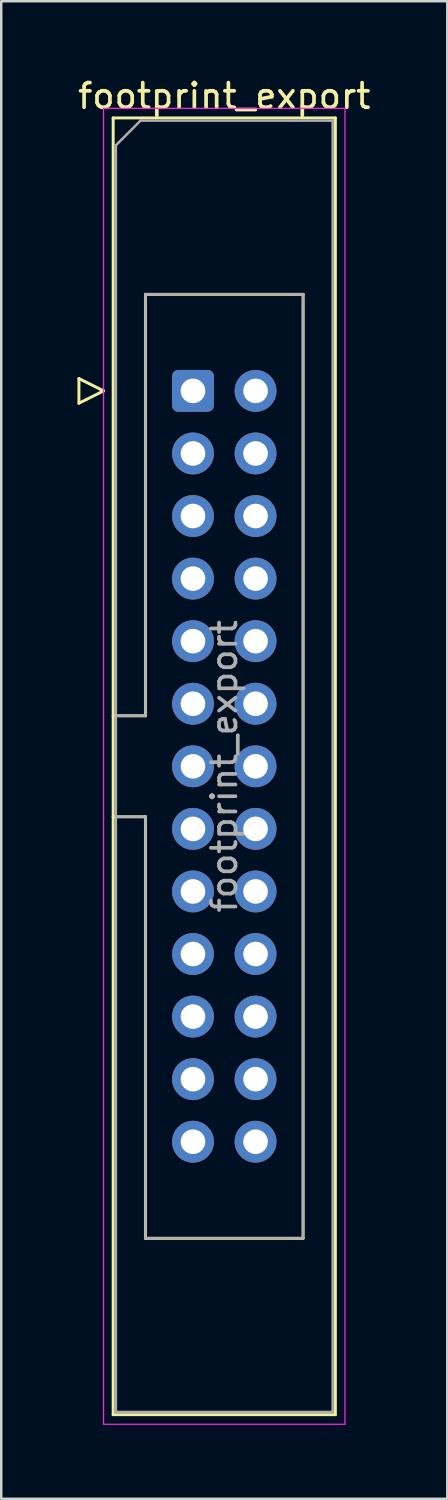
<source format=kicad_pcb>
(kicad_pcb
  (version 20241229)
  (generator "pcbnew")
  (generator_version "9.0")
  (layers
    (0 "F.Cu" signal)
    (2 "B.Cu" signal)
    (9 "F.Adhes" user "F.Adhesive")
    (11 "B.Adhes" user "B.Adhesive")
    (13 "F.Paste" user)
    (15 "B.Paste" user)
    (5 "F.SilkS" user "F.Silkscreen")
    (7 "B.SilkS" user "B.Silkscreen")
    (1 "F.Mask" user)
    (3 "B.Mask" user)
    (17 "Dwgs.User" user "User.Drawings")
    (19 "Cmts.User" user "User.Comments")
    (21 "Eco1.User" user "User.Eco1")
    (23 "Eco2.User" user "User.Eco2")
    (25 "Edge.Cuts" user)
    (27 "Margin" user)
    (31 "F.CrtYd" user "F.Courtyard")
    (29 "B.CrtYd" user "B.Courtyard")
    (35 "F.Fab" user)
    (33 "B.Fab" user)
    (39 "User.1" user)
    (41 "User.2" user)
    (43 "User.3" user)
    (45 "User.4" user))
  (footprint "footprint_export"
    (layer "F.Cu")
    (at 4.784 12.818)
    (property "Reference" "footprint_export" (at 1.27 -11.97 0) (layer "F.SilkS") (effects (font (size 1 1) (thickness 0.15))))
    (attr through_hole)
    (fp_line (start -4.63 -0.5) (end -4.63 0.5) (stroke (width 0.12) (type solid)) (layer "F.SilkS"))
    (fp_line (start -4.63 0.5) (end -3.63 0) (stroke (width 0.12) (type solid)) (layer "F.SilkS"))
    (fp_line (start -3.63 0) (end -4.63 -0.5) (stroke (width 0.12) (type solid)) (layer "F.SilkS"))
    (fp_line (start -3.24 -11.08) (end 5.78 -11.08) (stroke (width 0.12) (type solid)) (layer "F.SilkS"))
    (fp_line (start -3.24 13.19) (end -1.93 13.19) (stroke (width 0.12) (type solid)) (layer "F.SilkS"))
    (fp_line (start -3.24 41.56) (end -3.24 -11.08) (stroke (width 0.12) (type solid)) (layer "F.SilkS"))
    (fp_line (start -1.93 -3.92) (end 4.47 -3.92) (stroke (width 0.12) (type solid)) (layer "F.SilkS"))
    (fp_line (start -1.93 13.19) (end -1.93 -3.92) (stroke (width 0.12) (type solid)) (layer "F.SilkS"))
    (fp_line (start -1.93 17.29) (end -3.24 17.29) (stroke (width 0.12) (type solid)) (layer "F.SilkS"))
    (fp_line (start -1.93 17.29) (end -1.93 17.29) (stroke (width 0.12) (type solid)) (layer "F.SilkS"))
    (fp_line (start -1.93 34.4) (end -1.93 17.29) (stroke (width 0.12) (type solid)) (layer "F.SilkS"))
    (fp_line (start 4.47 -3.92) (end 4.47 34.4) (stroke (width 0.12) (type solid)) (layer "F.SilkS"))
    (fp_line (start 4.47 34.4) (end -1.93 34.4) (stroke (width 0.12) (type solid)) (layer "F.SilkS"))
    (fp_line (start 5.78 -11.08) (end 5.78 41.56) (stroke (width 0.12) (type solid)) (layer "F.SilkS"))
    (fp_line (start 5.78 41.56) (end -3.24 41.56) (stroke (width 0.12) (type solid)) (layer "F.SilkS"))
    (fp_line (start -3.63 -11.47) (end -3.63 41.95) (stroke (width 0.05) (type solid)) (layer "F.CrtYd"))
    (fp_line (start -3.63 41.95) (end 6.17 41.95) (stroke (width 0.05) (type solid)) (layer "F.CrtYd"))
    (fp_line (start 6.17 -11.47) (end -3.63 -11.47) (stroke (width 0.05) (type solid)) (layer "F.CrtYd"))
    (fp_line (start 6.17 41.95) (end 6.17 -11.47) (stroke (width 0.05) (type solid)) (layer "F.CrtYd"))
    (fp_line (start -3.13 -9.97) (end -2.13 -10.97) (stroke (width 0.1) (type solid)) (layer "F.Fab"))
    (fp_line (start -3.13 13.19) (end -1.93 13.19) (stroke (width 0.1) (type solid)) (layer "F.Fab"))
    (fp_line (start -3.13 41.45) (end -3.13 -9.97) (stroke (width 0.1) (type solid)) (layer "F.Fab"))
    (fp_line (start -2.13 -10.97) (end 5.67 -10.97) (stroke (width 0.1) (type solid)) (layer "F.Fab"))
    (fp_line (start -1.93 -3.92) (end 4.47 -3.92) (stroke (width 0.1) (type solid)) (layer "F.Fab"))
    (fp_line (start -1.93 13.19) (end -1.93 -3.92) (stroke (width 0.1) (type solid)) (layer "F.Fab"))
    (fp_line (start -1.93 17.29) (end -3.13 17.29) (stroke (width 0.1) (type solid)) (layer "F.Fab"))
    (fp_line (start -1.93 17.29) (end -1.93 17.29) (stroke (width 0.1) (type solid)) (layer "F.Fab"))
    (fp_line (start -1.93 34.4) (end -1.93 17.29) (stroke (width 0.1) (type solid)) (layer "F.Fab"))
    (fp_line (start 4.47 -3.92) (end 4.47 34.4) (stroke (width 0.1) (type solid)) (layer "F.Fab"))
    (fp_line (start 4.47 34.4) (end -1.93 34.4) (stroke (width 0.1) (type solid)) (layer "F.Fab"))
    (fp_line (start 5.67 -10.97) (end 5.67 41.45) (stroke (width 0.1) (type solid)) (layer "F.Fab"))
    (fp_line (start 5.67 41.45) (end -3.13 41.45) (stroke (width 0.1) (type solid)) (layer "F.Fab"))
    (fp_text user "${REFERENCE}" (at 1.27 15.24 90) (layer "F.Fab") (effects (font (size 1 1) (thickness 0.15))))
    (pad "1" thru_hole roundrect (at 0 0) (size 1.7 1.7) (drill 1) (layers "*.Cu" "*.Mask") (roundrect_rratio 0.147))
    (pad "2" thru_hole circle (at 2.54 0) (size 1.7 1.7) (drill 1) (layers "*.Cu" "*.Mask"))
    (pad "3" thru_hole circle (at 0 2.54) (size 1.7 1.7) (drill 1) (layers "*.Cu" "*.Mask"))
    (pad "4" thru_hole circle (at 2.54 2.54) (size 1.7 1.7) (drill 1) (layers "*.Cu" "*.Mask"))
    (pad "5" thru_hole circle (at 0 5.08) (size 1.7 1.7) (drill 1) (layers "*.Cu" "*.Mask"))
    (pad "6" thru_hole circle (at 2.54 5.08) (size 1.7 1.7) (drill 1) (layers "*.Cu" "*.Mask"))
    (pad "7" thru_hole circle (at 0 7.62) (size 1.7 1.7) (drill 1) (layers "*.Cu" "*.Mask"))
    (pad "8" thru_hole circle (at 2.54 7.62) (size 1.7 1.7) (drill 1) (layers "*.Cu" "*.Mask"))
    (pad "9" thru_hole circle (at 0 10.16) (size 1.7 1.7) (drill 1) (layers "*.Cu" "*.Mask"))
    (pad "10" thru_hole circle (at 2.54 10.16) (size 1.7 1.7) (drill 1) (layers "*.Cu" "*.Mask"))
    (pad "11" thru_hole circle (at 0 12.7) (size 1.7 1.7) (drill 1) (layers "*.Cu" "*.Mask"))
    (pad "12" thru_hole circle (at 2.54 12.7) (size 1.7 1.7) (drill 1) (layers "*.Cu" "*.Mask"))
    (pad "13" thru_hole circle (at 0 15.24) (size 1.7 1.7) (drill 1) (layers "*.Cu" "*.Mask"))
    (pad "14" thru_hole circle (at 2.54 15.24) (size 1.7 1.7) (drill 1) (layers "*.Cu" "*.Mask"))
    (pad "15" thru_hole circle (at 0 17.78) (size 1.7 1.7) (drill 1) (layers "*.Cu" "*.Mask"))
    (pad "16" thru_hole circle (at 2.54 17.78) (size 1.7 1.7) (drill 1) (layers "*.Cu" "*.Mask"))
    (pad "17" thru_hole circle (at 0 20.32) (size 1.7 1.7) (drill 1) (layers "*.Cu" "*.Mask"))
    (pad "18" thru_hole circle (at 2.54 20.32) (size 1.7 1.7) (drill 1) (layers "*.Cu" "*.Mask"))
    (pad "19" thru_hole circle (at 0 22.86) (size 1.7 1.7) (drill 1) (layers "*.Cu" "*.Mask"))
    (pad "20" thru_hole circle (at 2.54 22.86) (size 1.7 1.7) (drill 1) (layers "*.Cu" "*.Mask"))
    (pad "21" thru_hole circle (at 0 25.4) (size 1.7 1.7) (drill 1) (layers "*.Cu" "*.Mask"))
    (pad "22" thru_hole circle (at 2.54 25.4) (size 1.7 1.7) (drill 1) (layers "*.Cu" "*.Mask"))
    (pad "23" thru_hole circle (at 0 27.94) (size 1.7 1.7) (drill 1) (layers "*.Cu" "*.Mask"))
    (pad "24" thru_hole circle (at 2.54 27.94) (size 1.7 1.7) (drill 1) (layers "*.Cu" "*.Mask"))
    (pad "25" thru_hole circle (at 0 30.48) (size 1.7 1.7) (drill 1) (layers "*.Cu" "*.Mask"))
    (pad "26" thru_hole circle (at 2.54 30.48) (size 1.7 1.7) (drill 1) (layers "*.Cu" "*.Mask")))
  (gr_rect
    (start -3 -3)
    (end 15.107 57.793)
    (stroke (width 0.1) (type default))
    (fill no)
    (layer "Edge.Cuts")))
</source>
